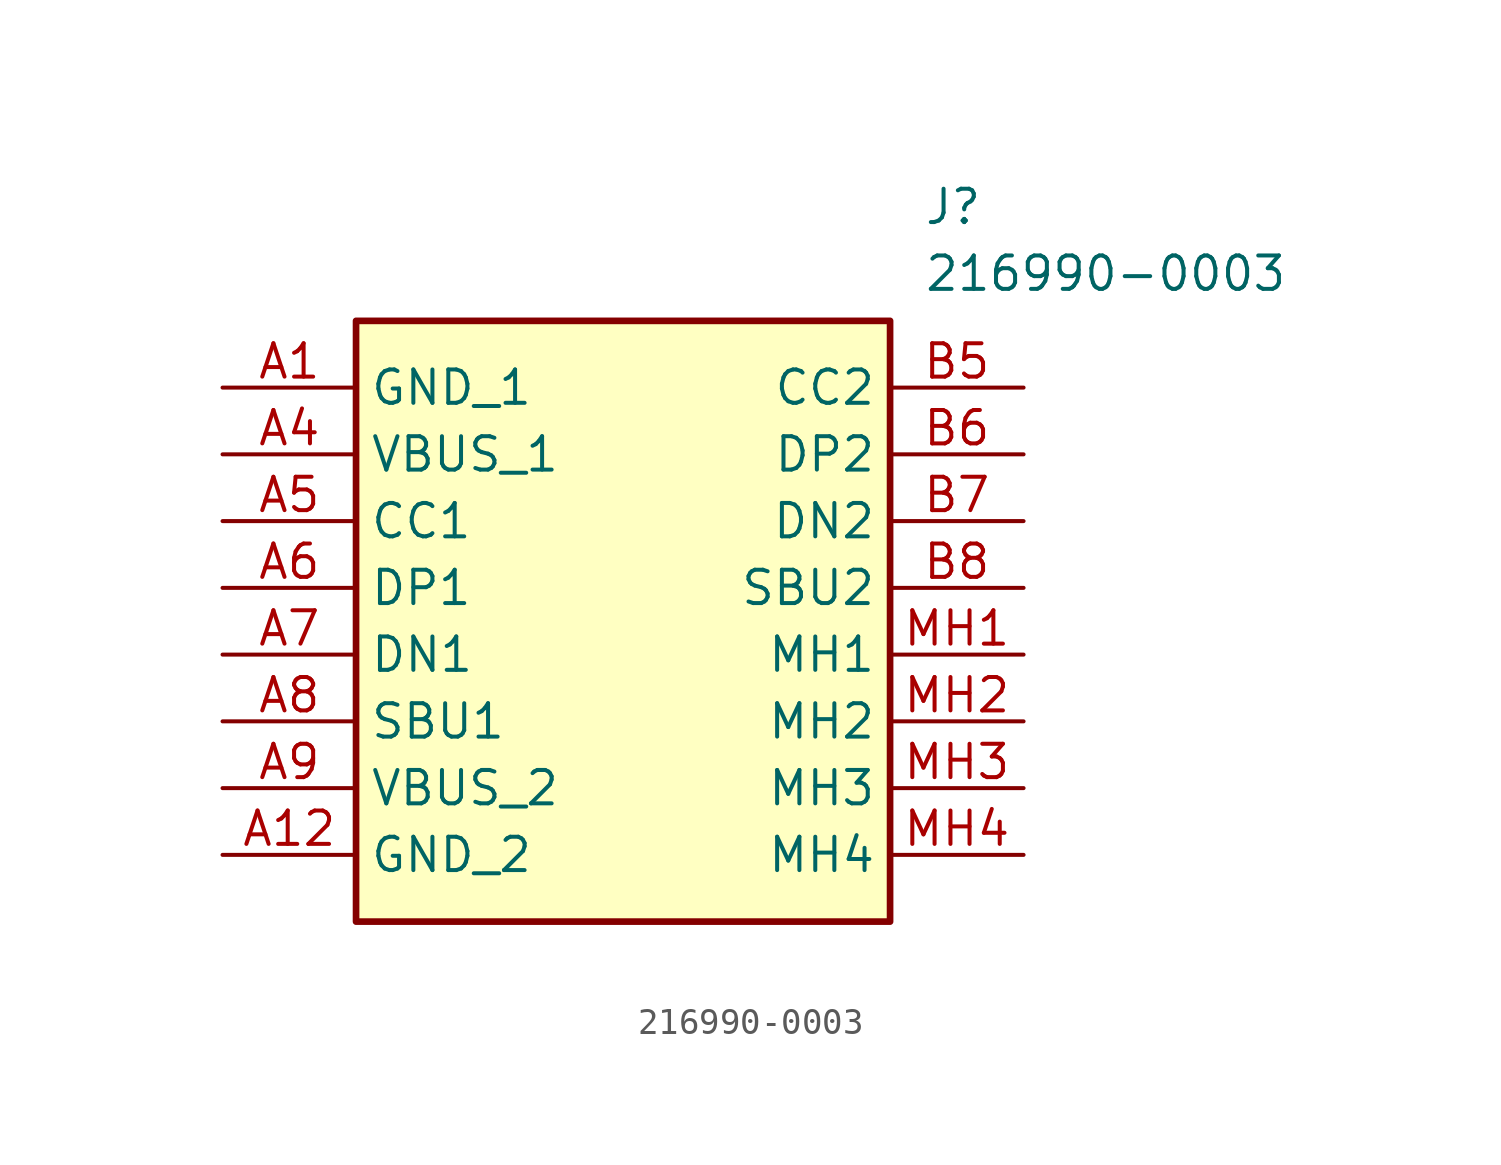
<source format=kicad_sym>
(kicad_symbol_lib
  (version 20231120)
  (generator "kicad_symbol_editor")
  (generator_version "8.0")
  (symbol "216990-0003"
    (property "Reference" "J"
      (at 26.67 7.62 0)
      (effects (font (size 1.27 1.27)) (justify left top)))
    (property "Value" "216990-0003"
      (at 26.67 5.08 0)
      (effects (font (size 1.27 1.27)) (justify left top)))
    (symbol "216990-0003_1_1"
      (rectangle (start 5.08 2.54) (end 25.4 -20.32) (stroke (width 0.254) (type default)) (fill (type background)))
      (pin passive line (at 0 0 0) (length 5.08) (name "GND_1" (effects (font (size 1.27 1.27)))) (number "A1" (effects (font (size 1.27 1.27)))))
      (pin passive line (at 0 -17.78 0) (length 5.08) (name "GND_2" (effects (font (size 1.27 1.27)))) (number "A12" (effects (font (size 1.27 1.27)))))
      (pin passive line (at 0 -2.54 0) (length 5.08) (name "VBUS_1" (effects (font (size 1.27 1.27)))) (number "A4" (effects (font (size 1.27 1.27)))))
      (pin passive line (at 0 -5.08 0) (length 5.08) (name "CC1" (effects (font (size 1.27 1.27)))) (number "A5" (effects (font (size 1.27 1.27)))))
      (pin passive line (at 0 -7.62 0) (length 5.08) (name "DP1" (effects (font (size 1.27 1.27)))) (number "A6" (effects (font (size 1.27 1.27)))))
      (pin passive line (at 0 -10.16 0) (length 5.08) (name "DN1" (effects (font (size 1.27 1.27)))) (number "A7" (effects (font (size 1.27 1.27)))))
      (pin passive line (at 0 -12.7 0) (length 5.08) (name "SBU1" (effects (font (size 1.27 1.27)))) (number "A8" (effects (font (size 1.27 1.27)))))
      (pin passive line (at 0 -15.24 0) (length 5.08) (name "VBUS_2" (effects (font (size 1.27 1.27)))) (number "A9" (effects (font (size 1.27 1.27)))))
      (pin passive line (at 30.48 0 180) (length 5.08) (name "CC2" (effects (font (size 1.27 1.27)))) (number "B5" (effects (font (size 1.27 1.27)))))
      (pin passive line (at 30.48 -2.54 180) (length 5.08) (name "DP2" (effects (font (size 1.27 1.27)))) (number "B6" (effects (font (size 1.27 1.27)))))
      (pin passive line (at 30.48 -5.08 180) (length 5.08) (name "DN2" (effects (font (size 1.27 1.27)))) (number "B7" (effects (font (size 1.27 1.27)))))
      (pin passive line (at 30.48 -7.62 180) (length 5.08) (name "SBU2" (effects (font (size 1.27 1.27)))) (number "B8" (effects (font (size 1.27 1.27)))))
      (pin passive line (at 30.48 -10.16 180) (length 5.08) (name "MH1" (effects (font (size 1.27 1.27)))) (number "MH1" (effects (font (size 1.27 1.27)))))
      (pin passive line (at 30.48 -12.7 180) (length 5.08) (name "MH2" (effects (font (size 1.27 1.27)))) (number "MH2" (effects (font (size 1.27 1.27)))))
      (pin passive line (at 30.48 -15.24 180) (length 5.08) (name "MH3" (effects (font (size 1.27 1.27)))) (number "MH3" (effects (font (size 1.27 1.27)))))
      (pin passive line (at 30.48 -17.78 180) (length 5.08) (name "MH4" (effects (font (size 1.27 1.27)))) (number "MH4" (effects (font (size 1.27 1.27))))))))
</source>
